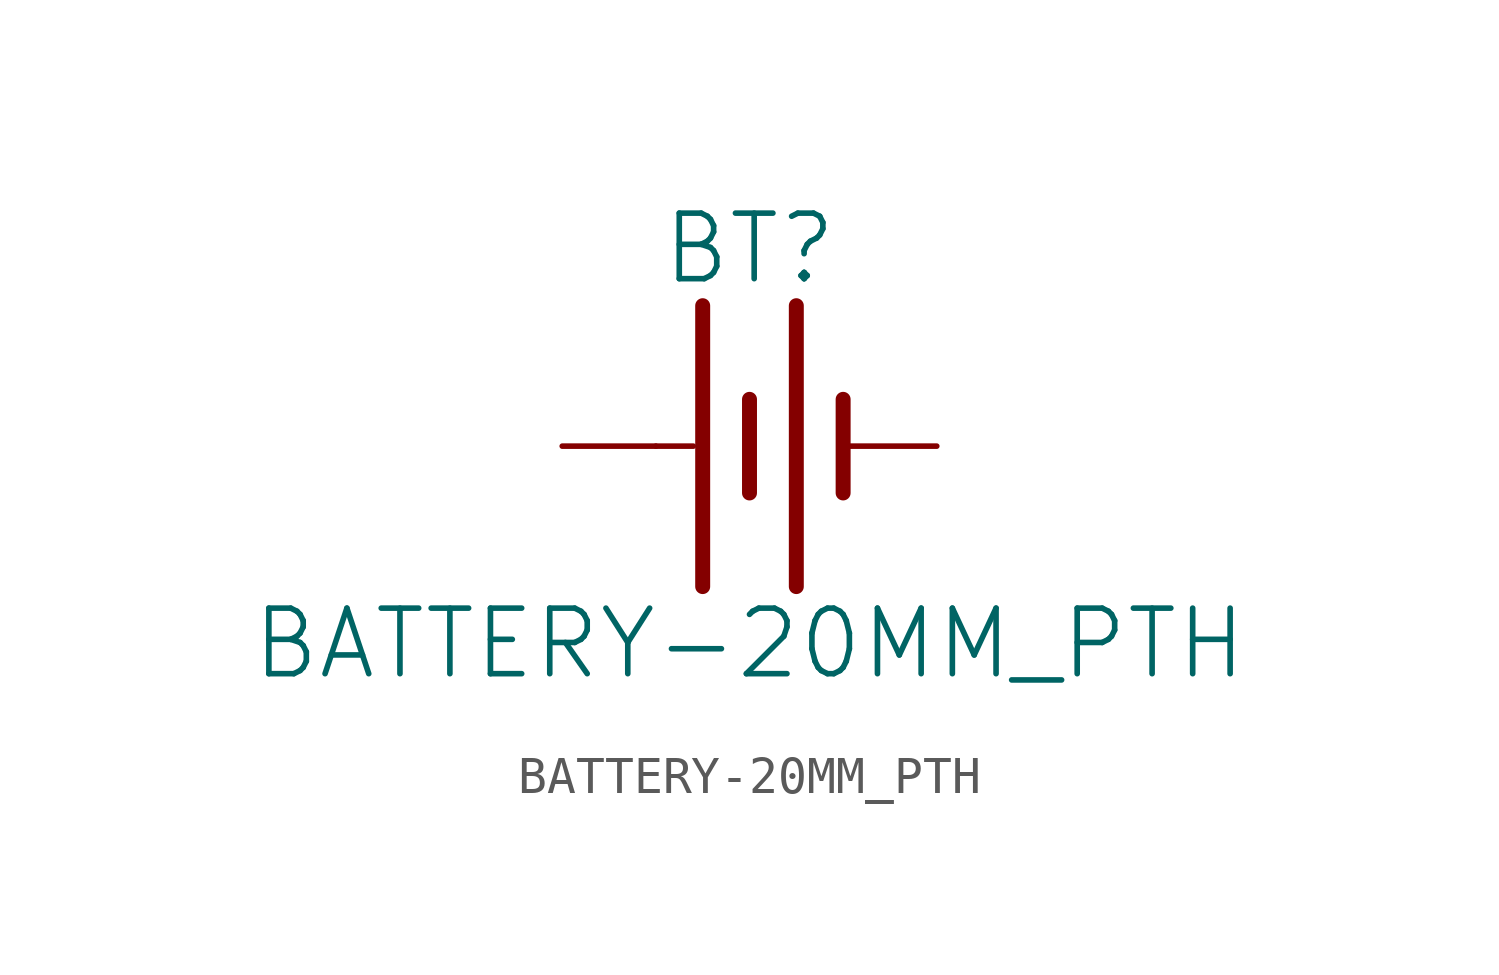
<source format=kicad_sym>
(kicad_symbol_lib
  (version 20211014)
  (generator kicad_symbol_editor)
  (symbol "BATTERY-20MM_PTH"
    (property "Reference" "BT"
      (at 0 4.318 0)
      (effects (font (size 1.778 1.778)) (justify bottom)))
    (property "Value" "BATTERY-20MM_PTH"
      (at 0 -4.318 0)
      (effects (font (size 1.778 1.778)) (justify top)))
    (property "ki_locked" ""
      (at 0 0 0)
      (effects (font (size 1.27 1.27))))
    (symbol "BATTERY-20MM_PTH_1_0"
      (polyline (pts (xy -2.54 0) (xy -1.524 0)) (stroke (width 0.152) (type default) (color 0 0 0 0)) (fill (type none)))
      (polyline (pts (xy -1.27 3.81) (xy -1.27 -3.81)) (stroke (width 0.406) (type default) (color 0 0 0 0)) (fill (type none)))
      (polyline (pts (xy 0 1.27) (xy 0 -1.27)) (stroke (width 0.406) (type default) (color 0 0 0 0)) (fill (type none)))
      (polyline (pts (xy 1.27 3.81) (xy 1.27 -3.81)) (stroke (width 0.406) (type default) (color 0 0 0 0)) (fill (type none)))
      (polyline (pts (xy 2.54 1.27) (xy 2.54 -1.27)) (stroke (width 0.406) (type default) (color 0 0 0 0)) (fill (type none)))
      (pin power_in line (at -5.08 0 0) (length 2.54) (name "+" (effects (font (size 0 0)))) (number "1" (effects (font (size 0 0)))))
      (pin power_in line (at 5.08 0 180) (length 2.54) (name "-" (effects (font (size 0 0)))) (number "2" (effects (font (size 0 0))))))))
</source>
